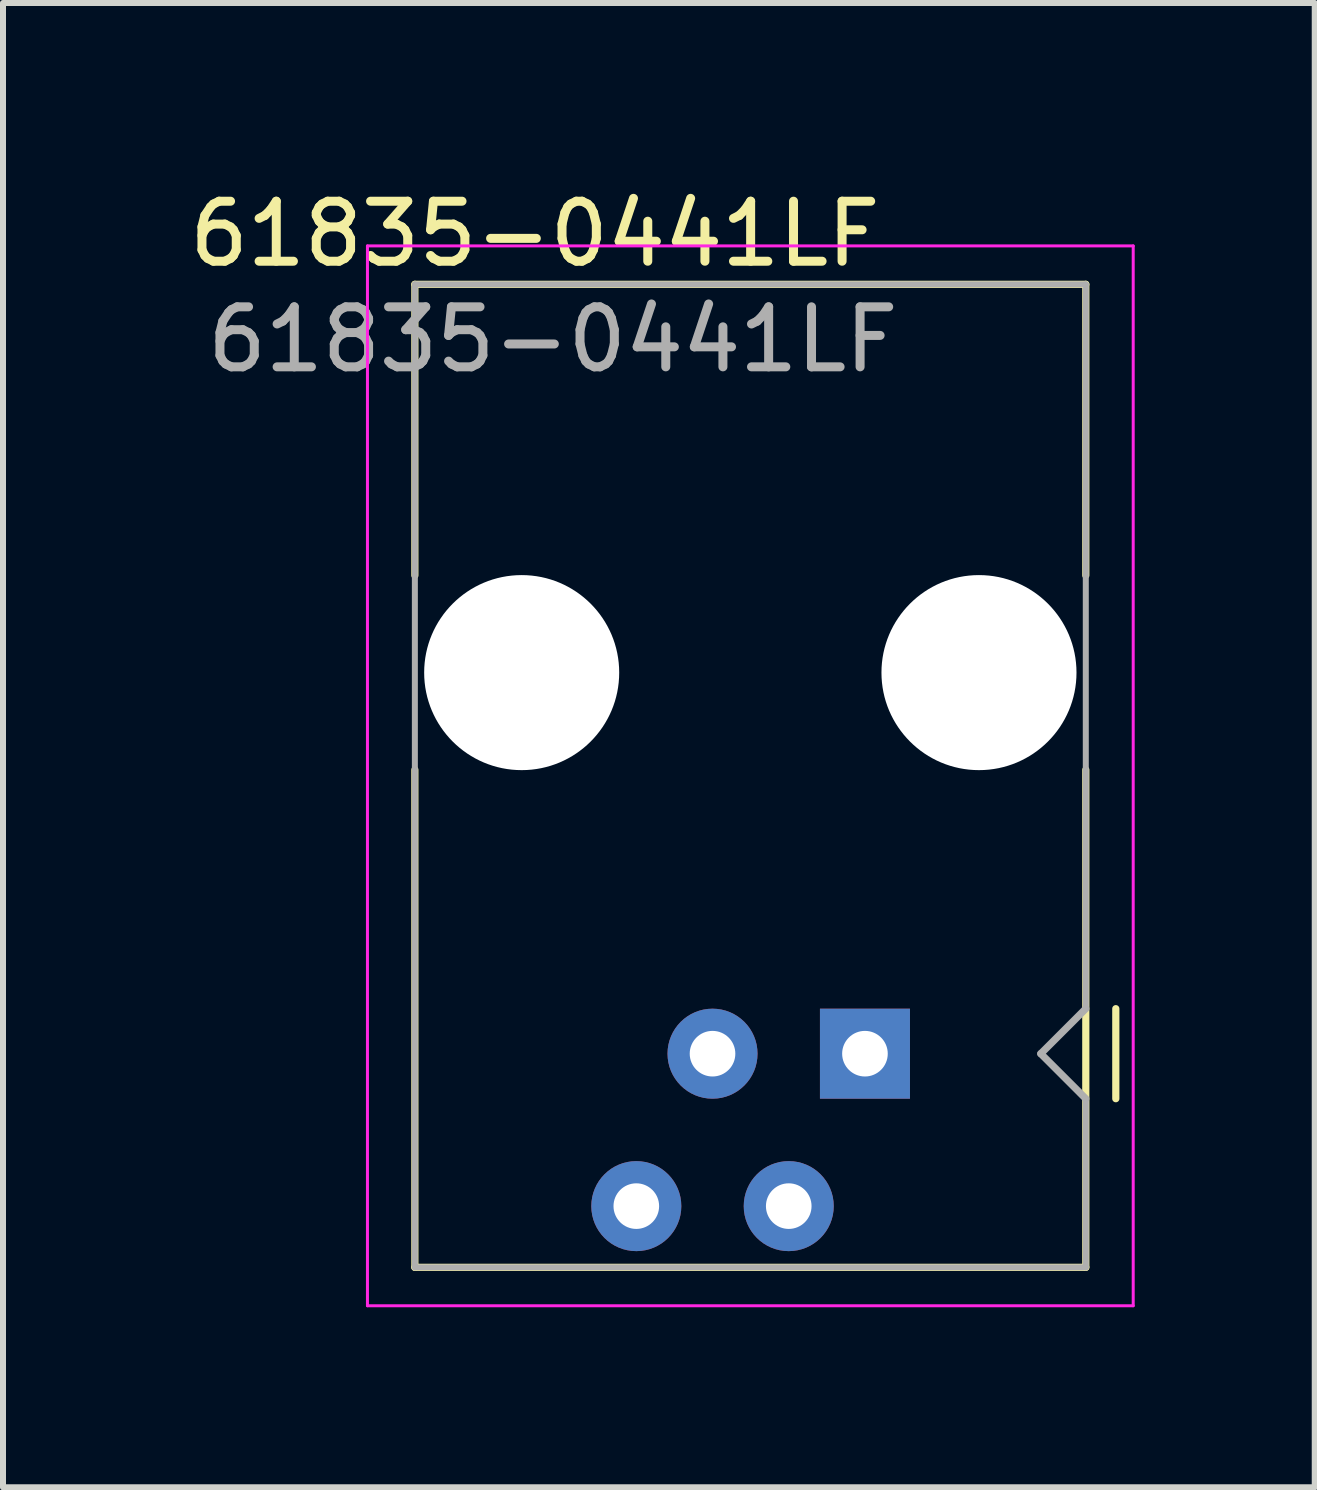
<source format=kicad_pcb>
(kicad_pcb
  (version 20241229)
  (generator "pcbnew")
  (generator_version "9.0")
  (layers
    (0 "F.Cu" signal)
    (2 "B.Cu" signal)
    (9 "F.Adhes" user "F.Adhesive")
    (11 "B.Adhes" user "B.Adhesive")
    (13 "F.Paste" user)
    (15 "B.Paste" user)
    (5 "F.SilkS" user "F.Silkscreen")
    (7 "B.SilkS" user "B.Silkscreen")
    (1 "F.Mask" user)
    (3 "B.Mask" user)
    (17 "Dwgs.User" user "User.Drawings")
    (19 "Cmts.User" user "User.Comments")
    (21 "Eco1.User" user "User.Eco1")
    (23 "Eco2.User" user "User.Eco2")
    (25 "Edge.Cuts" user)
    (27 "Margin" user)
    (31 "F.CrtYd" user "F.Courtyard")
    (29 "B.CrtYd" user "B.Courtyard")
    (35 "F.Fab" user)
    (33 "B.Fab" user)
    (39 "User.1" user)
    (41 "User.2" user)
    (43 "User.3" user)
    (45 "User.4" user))
  (footprint "61835-0441LF"
    (layer "F.Cu")
    (at 11.363 14.508)
    (property "Reference" "61835-0441LF" (at -5.5 -13.66 180) (layer "F.SilkS") (effects (font (size 1 1) (thickness 0.15))))
    (attr through_hole)
    (fp_line (start -7.5 -12.82) (end -7.5 -7.97) (stroke (width 0.12) (type solid)) (layer "F.SilkS"))
    (fp_line (start -7.5 -4.73) (end -7.5 3.56) (stroke (width 0.12) (type solid)) (layer "F.SilkS"))
    (fp_line (start 3.68 -12.82) (end -7.5 -12.82) (stroke (width 0.12) (type solid)) (layer "F.SilkS"))
    (fp_line (start 3.68 -12.82) (end 3.68 -7.97) (stroke (width 0.12) (type solid)) (layer "F.SilkS"))
    (fp_line (start 3.68 -4.73) (end 3.68 3.56) (stroke (width 0.12) (type solid)) (layer "F.SilkS"))
    (fp_line (start 3.68 3.56) (end -7.5 3.56) (stroke (width 0.12) (type solid)) (layer "F.SilkS"))
    (fp_line (start 4.18 0.75) (end 4.18 -0.75) (stroke (width 0.12) (type solid)) (layer "F.SilkS"))
    (fp_line (start -8.29 -13.46) (end -8.29 4.2) (stroke (width 0.05) (type solid)) (layer "F.CrtYd"))
    (fp_line (start -8.29 -13.46) (end 4.47 -13.46) (stroke (width 0.05) (type solid)) (layer "F.CrtYd"))
    (fp_line (start -8.29 4.2) (end 4.47 4.2) (stroke (width 0.05) (type solid)) (layer "F.CrtYd"))
    (fp_line (start 4.47 -13.46) (end 4.47 4.2) (stroke (width 0.05) (type solid)) (layer "F.CrtYd"))
    (fp_line (start -7.5 -12.82) (end 3.68 -12.82) (stroke (width 0.1) (type solid)) (layer "F.Fab"))
    (fp_line (start -7.5 3.56) (end -7.5 -12.82) (stroke (width 0.1) (type solid)) (layer "F.Fab"))
    (fp_line (start -7.5 3.56) (end 3.68 3.56) (stroke (width 0.1) (type solid)) (layer "F.Fab"))
    (fp_line (start 2.93 0) (end 3.68 -0.75) (stroke (width 0.12) (type solid)) (layer "F.Fab"))
    (fp_line (start 2.93 0) (end 3.68 0.75) (stroke (width 0.12) (type solid)) (layer "F.Fab"))
    (fp_line (start 3.68 -12.82) (end 3.68 -0.75) (stroke (width 0.1) (type solid)) (layer "F.Fab"))
    (fp_line (start 3.68 0.75) (end 3.68 3.56) (stroke (width 0.1) (type solid)) (layer "F.Fab"))
    (fp_text user "${REFERENCE}" (at -5.2 -11.9 180) (layer "F.Fab") (effects (font (size 1 1) (thickness 0.15))))
    (pad "" np_thru_hole circle (at -5.72 -6.35) (size 3.25 3.25) (drill 3.25) (layers "*.Cu" "*.Mask"))
    (pad "" np_thru_hole circle (at 1.9 -6.35) (size 3.25 3.25) (drill 3.25) (layers "*.Cu" "*.Mask"))
    (pad "1" thru_hole rect (at 0 0 180) (size 1.5 1.5) (drill 0.76) (layers "*.Cu" "*.Mask"))
    (pad "2" thru_hole circle (at -1.27 2.54 180) (size 1.5 1.5) (drill 0.76) (layers "*.Cu" "*.Mask"))
    (pad "3" thru_hole circle (at -2.54 0 180) (size 1.5 1.5) (drill 0.76) (layers "*.Cu" "*.Mask"))
    (pad "4" thru_hole circle (at -3.81 2.54 180) (size 1.5 1.5) (drill 0.76) (layers "*.Cu" "*.Mask")))
  (gr_rect
    (start -3 -3)
    (end 18.858 21.733)
    (stroke (width 0.1) (type default))
    (fill no)
    (layer "Edge.Cuts")))
</source>
